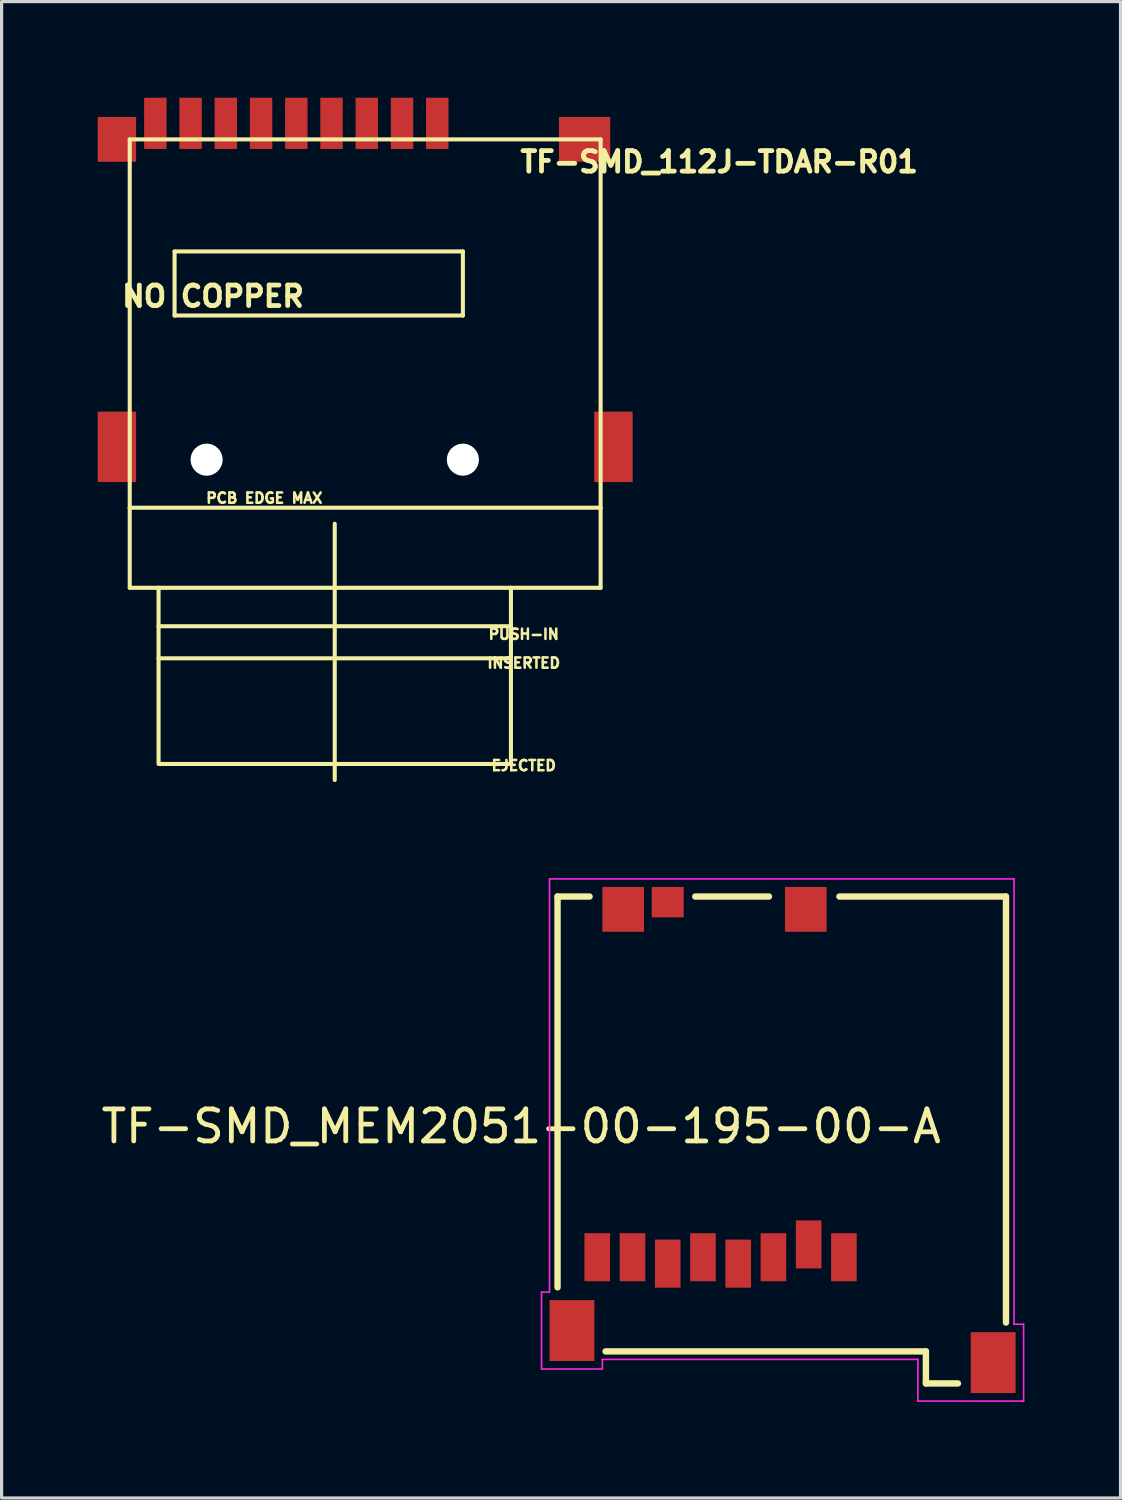
<source format=kicad_pcb>
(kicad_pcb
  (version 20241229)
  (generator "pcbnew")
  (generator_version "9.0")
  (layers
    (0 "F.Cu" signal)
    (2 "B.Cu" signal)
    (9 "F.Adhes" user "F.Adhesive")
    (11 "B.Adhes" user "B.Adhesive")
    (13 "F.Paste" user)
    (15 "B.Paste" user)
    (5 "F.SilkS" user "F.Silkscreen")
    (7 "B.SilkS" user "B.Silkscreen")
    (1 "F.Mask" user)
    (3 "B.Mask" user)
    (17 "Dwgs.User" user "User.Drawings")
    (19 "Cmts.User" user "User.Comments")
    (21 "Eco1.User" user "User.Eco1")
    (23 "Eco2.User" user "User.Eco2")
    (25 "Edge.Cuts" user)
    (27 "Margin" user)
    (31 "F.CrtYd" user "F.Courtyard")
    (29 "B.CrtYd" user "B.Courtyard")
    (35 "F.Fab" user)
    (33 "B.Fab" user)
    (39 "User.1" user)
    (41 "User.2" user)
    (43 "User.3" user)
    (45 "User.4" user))
  (footprint "TF-SMD_112J-TDAR-R01"
    (layer "F.Cu")
    (at 3.4 11.3)
    (property "Reference" "TF-SMD_112J-TDAR-R01" (at 16.002 -9.296 0) (layer "F.SilkS") (effects (font (size 0.64 0.64) (thickness 0.15))))
    (attr smd)
    (fp_line (start -2.4 -10) (end -2.4 1.5) (stroke (width 0.127) (type solid)) (layer "F.SilkS"))
    (fp_line (start -2.4 1.5) (end -2.4 4) (stroke (width 0.127) (type solid)) (layer "F.SilkS"))
    (fp_line (start -2.4 1.5) (end 12.3 1.5) (stroke (width 0.127) (type solid)) (layer "F.SilkS"))
    (fp_line (start -2.4 4) (end -1.5 4) (stroke (width 0.127) (type solid)) (layer "F.SilkS"))
    (fp_line (start -1.5 4) (end 9.5 4) (stroke (width 0.127) (type solid)) (layer "F.SilkS"))
    (fp_line (start -1.5 5.2) (end 9.5 5.2) (stroke (width 0.127) (type solid)) (layer "F.SilkS"))
    (fp_line (start -1.5 6.2) (end 9.5 6.2) (stroke (width 0.127) (type solid)) (layer "F.SilkS"))
    (fp_line (start -1.5 9.45) (end -1.5 4) (stroke (width 0.127) (type solid)) (layer "F.SilkS"))
    (fp_line (start -1.5 9.5) (end 9.5 9.5) (stroke (width 0.127) (type solid)) (layer "F.SilkS"))
    (fp_line (start -1 -6.5) (end -1 -4.5) (stroke (width 0.127) (type solid)) (layer "F.SilkS"))
    (fp_line (start -1 -4.5) (end 8 -4.5) (stroke (width 0.127) (type solid)) (layer "F.SilkS"))
    (fp_line (start 4 2) (end 4 10) (stroke (width 0.127) (type solid)) (layer "F.SilkS"))
    (fp_line (start 8 -6.5) (end -1 -6.5) (stroke (width 0.127) (type solid)) (layer "F.SilkS"))
    (fp_line (start 8 -4.5) (end 8 -6.5) (stroke (width 0.127) (type solid)) (layer "F.SilkS"))
    (fp_line (start 9.5 4) (end 12.3 4) (stroke (width 0.127) (type solid)) (layer "F.SilkS"))
    (fp_line (start 9.5 9.5) (end 9.5 4) (stroke (width 0.127) (type solid)) (layer "F.SilkS"))
    (fp_line (start 12.3 -10) (end -2.4 -10) (stroke (width 0.127) (type solid)) (layer "F.SilkS"))
    (fp_line (start 12.3 1.5) (end 12.3 -10) (stroke (width 0.127) (type solid)) (layer "F.SilkS"))
    (fp_line (start 12.3 4) (end 12.3 1.5) (stroke (width 0.127) (type solid)) (layer "F.SilkS"))
    (fp_text user "PUSH-IN" (at 9.9 5.45 0) (layer "F.SilkS") (effects (font (size 0.32 0.32) (thickness 0.15))))
    (fp_text user "PCB EDGE MAX" (at 1.8 1.2 0) (layer "F.SilkS") (effects (font (size 0.32 0.32) (thickness 0.15))))
    (fp_text user "INSERTED" (at 9.9 6.35 0) (layer "F.SilkS") (effects (font (size 0.32 0.32) (thickness 0.15))))
    (fp_text user "NO COPPER" (at 0.2 -5.1 0) (layer "F.SilkS") (effects (font (size 0.64 0.64) (thickness 0.15))))
    (fp_text user "EJECTED" (at 9.9 9.55 0) (layer "F.SilkS") (effects (font (size 0.32 0.32) (thickness 0.15))))
    (pad "" np_thru_hole circle (at 0 0) (size 1 1) (drill 1) (layers "*.Cu" "*.Mask"))
    (pad "" np_thru_hole circle (at 8 0) (size 1 1) (drill 1) (layers "*.Cu" "*.Mask"))
    (pad "1" smd rect (at 7.2 -10.5) (size 0.7 1.6) (layers "F.Cu" "F.Mask" "F.Paste"))
    (pad "2" smd rect (at 6.1 -10.5) (size 0.7 1.6) (layers "F.Cu" "F.Mask" "F.Paste"))
    (pad "3" smd rect (at 5 -10.5) (size 0.7 1.6) (layers "F.Cu" "F.Mask" "F.Paste"))
    (pad "4" smd rect (at 3.9 -10.5) (size 0.7 1.6) (layers "F.Cu" "F.Mask" "F.Paste"))
    (pad "5" smd rect (at 2.8 -10.5) (size 0.7 1.6) (layers "F.Cu" "F.Mask" "F.Paste"))
    (pad "6" smd rect (at 1.7 -10.5) (size 0.7 1.6) (layers "F.Cu" "F.Mask" "F.Paste"))
    (pad "7" smd rect (at 0.6 -10.5) (size 0.7 1.6) (layers "F.Cu" "F.Mask" "F.Paste"))
    (pad "8" smd rect (at -0.5 -10.5) (size 0.7 1.6) (layers "F.Cu" "F.Mask" "F.Paste"))
    (pad "CD" smd rect (at -1.6 -10.5) (size 0.7 1.6) (layers "F.Cu" "F.Mask" "F.Paste"))
    (pad "G" smd rect (at -2.8 -10) (size 1.2 1.4) (layers "F.Cu" "F.Mask" "F.Paste"))
    (pad "P$10" smd rect (at 11.8 -10) (size 1.6 1.4) (layers "F.Cu" "F.Mask" "F.Paste"))
    (pad "P$11" smd rect (at -2.8 -0.4) (size 1.2 2.2) (layers "F.Cu" "F.Mask" "F.Paste"))
    (pad "P$12" smd rect (at 12.7 -0.4) (size 1.2 2.2) (layers "F.Cu" "F.Mask" "F.Paste")))
  (footprint "TF-SMD_MEM2051-00-195-00-A"
    (layer "F.Cu")
    (at 21.355 32.538)
    (property "Reference" "TF-SMD_MEM2051-00-195-00-A" (at -8.135 -0.425 180) (layer "F.SilkS") (effects (font (size 1 1) (thickness 0.15))))
    (attr smd)
    (fp_line (start -7 -7.6) (end -7 4.6) (stroke (width 0.2) (type solid)) (layer "F.SilkS"))
    (fp_line (start -6 -7.6) (end -7 -7.6) (stroke (width 0.2) (type solid)) (layer "F.SilkS"))
    (fp_line (start -5.5 6.6) (end 4.5 6.6) (stroke (width 0.2) (type solid)) (layer "F.SilkS"))
    (fp_line (start -0.4 -7.6) (end -2.7 -7.6) (stroke (width 0.2) (type solid)) (layer "F.SilkS"))
    (fp_line (start 4.5 6.6) (end 4.5 7.6) (stroke (width 0.2) (type solid)) (layer "F.SilkS"))
    (fp_line (start 4.5 7.6) (end 5.5 7.6) (stroke (width 0.2) (type solid)) (layer "F.SilkS"))
    (fp_line (start 7 -7.6) (end 1.8 -7.6) (stroke (width 0.2) (type solid)) (layer "F.SilkS"))
    (fp_line (start 7 5.7) (end 7 -7.6) (stroke (width 0.2) (type solid)) (layer "F.SilkS"))
    (fp_line (start -7.5 4.75) (end -7.25 4.75) (stroke (width 0.05) (type solid)) (layer "F.CrtYd"))
    (fp_line (start -7.5 7.15) (end -7.5 4.75) (stroke (width 0.05) (type solid)) (layer "F.CrtYd"))
    (fp_line (start -7.25 -8.15) (end 7.25 -8.15) (stroke (width 0.05) (type solid)) (layer "F.CrtYd"))
    (fp_line (start -7.25 4.75) (end -7.25 -8.15) (stroke (width 0.05) (type solid)) (layer "F.CrtYd"))
    (fp_line (start -5.6 6.85) (end -5.6 7.15) (stroke (width 0.05) (type solid)) (layer "F.CrtYd"))
    (fp_line (start -5.6 7.15) (end -7.5 7.15) (stroke (width 0.05) (type solid)) (layer "F.CrtYd"))
    (fp_line (start 4.25 6.85) (end -5.6 6.85) (stroke (width 0.05) (type solid)) (layer "F.CrtYd"))
    (fp_line (start 4.25 8.15) (end 4.25 6.85) (stroke (width 0.05) (type solid)) (layer "F.CrtYd"))
    (fp_line (start 7.25 -8.15) (end 7.25 5.75) (stroke (width 0.05) (type solid)) (layer "F.CrtYd"))
    (fp_line (start 7.25 5.75) (end 7.55 5.75) (stroke (width 0.05) (type solid)) (layer "F.CrtYd"))
    (fp_line (start 7.55 5.75) (end 7.55 8.15) (stroke (width 0.05) (type solid)) (layer "F.CrtYd"))
    (fp_line (start 7.55 8.15) (end 4.25 8.15) (stroke (width 0.05) (type solid)) (layer "F.CrtYd"))
    (pad "1" smd rect (at 1.94 3.66) (size 0.8 1.5) (layers "F.Cu" "F.Mask" "F.Paste"))
    (pad "2" smd rect (at 0.84 3.26) (size 0.8 1.5) (layers "F.Cu" "F.Mask" "F.Paste"))
    (pad "3" smd rect (at -0.26 3.66) (size 0.8 1.5) (layers "F.Cu" "F.Mask" "F.Paste"))
    (pad "4" smd rect (at -1.36 3.86) (size 0.8 1.5) (layers "F.Cu" "F.Mask" "F.Paste"))
    (pad "5" smd rect (at -2.46 3.66) (size 0.8 1.5) (layers "F.Cu" "F.Mask" "F.Paste"))
    (pad "6" smd rect (at -3.56 3.86) (size 0.8 1.5) (layers "F.Cu" "F.Mask" "F.Paste"))
    (pad "7" smd rect (at -4.66 3.66) (size 0.8 1.5) (layers "F.Cu" "F.Mask" "F.Paste"))
    (pad "8" smd rect (at -5.76 3.66) (size 0.8 1.5) (layers "F.Cu" "F.Mask" "F.Paste"))
    (pad "9" smd rect (at -3.56 -7.425) (size 1 0.95) (layers "F.Cu" "F.Mask" "F.Paste"))
    (pad "P1" smd rect (at -4.95 -7.2) (size 1.3 1.4) (layers "F.Cu" "F.Mask" "F.Paste"))
    (pad "P2" smd rect (at 0.75 -7.2) (size 1.3 1.4) (layers "F.Cu" "F.Mask" "F.Paste"))
    (pad "P3" smd rect (at 6.6 6.95) (size 1.4 1.9) (layers "F.Cu" "F.Mask" "F.Paste"))
    (pad "P4" smd rect (at -6.55 5.95) (size 1.4 1.9) (layers "F.Cu" "F.Mask" "F.Paste")))
  (gr_rect
    (start -3 -3)
    (end 31.93 43.714)
    (stroke (width 0.1) (type default))
    (fill no)
    (layer "Edge.Cuts")))
</source>
